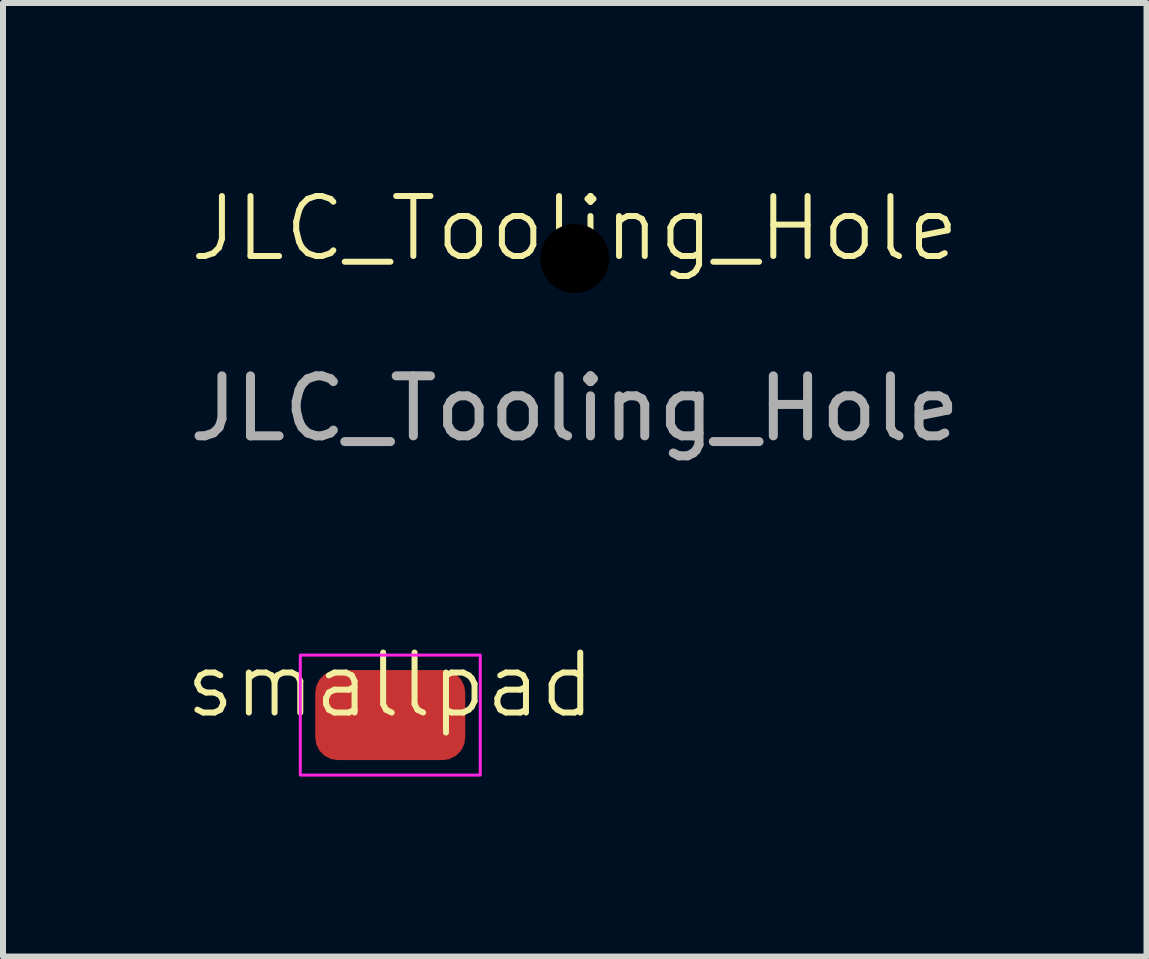
<source format=kicad_pcb>
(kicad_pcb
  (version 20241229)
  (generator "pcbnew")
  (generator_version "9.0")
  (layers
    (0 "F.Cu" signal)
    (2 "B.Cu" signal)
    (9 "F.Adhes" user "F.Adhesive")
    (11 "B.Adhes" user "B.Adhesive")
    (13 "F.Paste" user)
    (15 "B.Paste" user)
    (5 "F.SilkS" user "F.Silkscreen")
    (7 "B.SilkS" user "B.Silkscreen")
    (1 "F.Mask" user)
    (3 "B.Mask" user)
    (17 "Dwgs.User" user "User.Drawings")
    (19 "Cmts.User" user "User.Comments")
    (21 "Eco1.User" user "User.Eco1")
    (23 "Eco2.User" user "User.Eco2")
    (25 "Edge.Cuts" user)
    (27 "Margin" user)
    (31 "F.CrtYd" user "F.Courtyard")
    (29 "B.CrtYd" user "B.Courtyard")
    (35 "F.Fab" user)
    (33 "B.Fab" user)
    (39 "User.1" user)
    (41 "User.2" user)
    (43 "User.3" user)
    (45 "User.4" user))
  (footprint "JLC_Tooling_Hole"
    (layer "F.Cu")
    (at 6.53 1.26)
    (property "Reference" "JLC_Tooling_Hole" (at 0 -0.5 0) (unlocked yes) (layer "F.SilkS") (effects (font (size 1 1) (thickness 0.1))))
    (attr through_hole)
    (fp_text user "${REFERENCE}" (at 0 2.5 0) (unlocked yes) (layer "F.Fab") (effects (font (size 1 1) (thickness 0.15))))
    (pad "" np_thru_hole circle (at 0 0) (size 1.3 1.3) (drill 1.152) (layers "*.Mask")))
  (footprint "smallpad"
    (layer "F.Cu")
    (at 3.455 8.869)
    (property "Reference" "smallpad" (at 0 -0.5 0) (unlocked yes) (layer "F.SilkS") (effects (font (size 1 1) (thickness 0.1))))
    (attr smd)
    (fp_rect (start -1.5 -1) (end 1.5 1) (stroke (width 0.05) (type default)) (fill no) (layer "F.CrtYd"))
    (pad "1" smd roundrect (at 0 0) (size 2.5 1.5) (layers "F.Cu" "F.Mask" "F.Paste") (roundrect_rratio 0.25)))
  (gr_rect
    (start -3 -3)
    (end 16.06 12.894)
    (stroke (width 0.1) (type default))
    (fill no)
    (layer "Edge.Cuts")))
</source>
